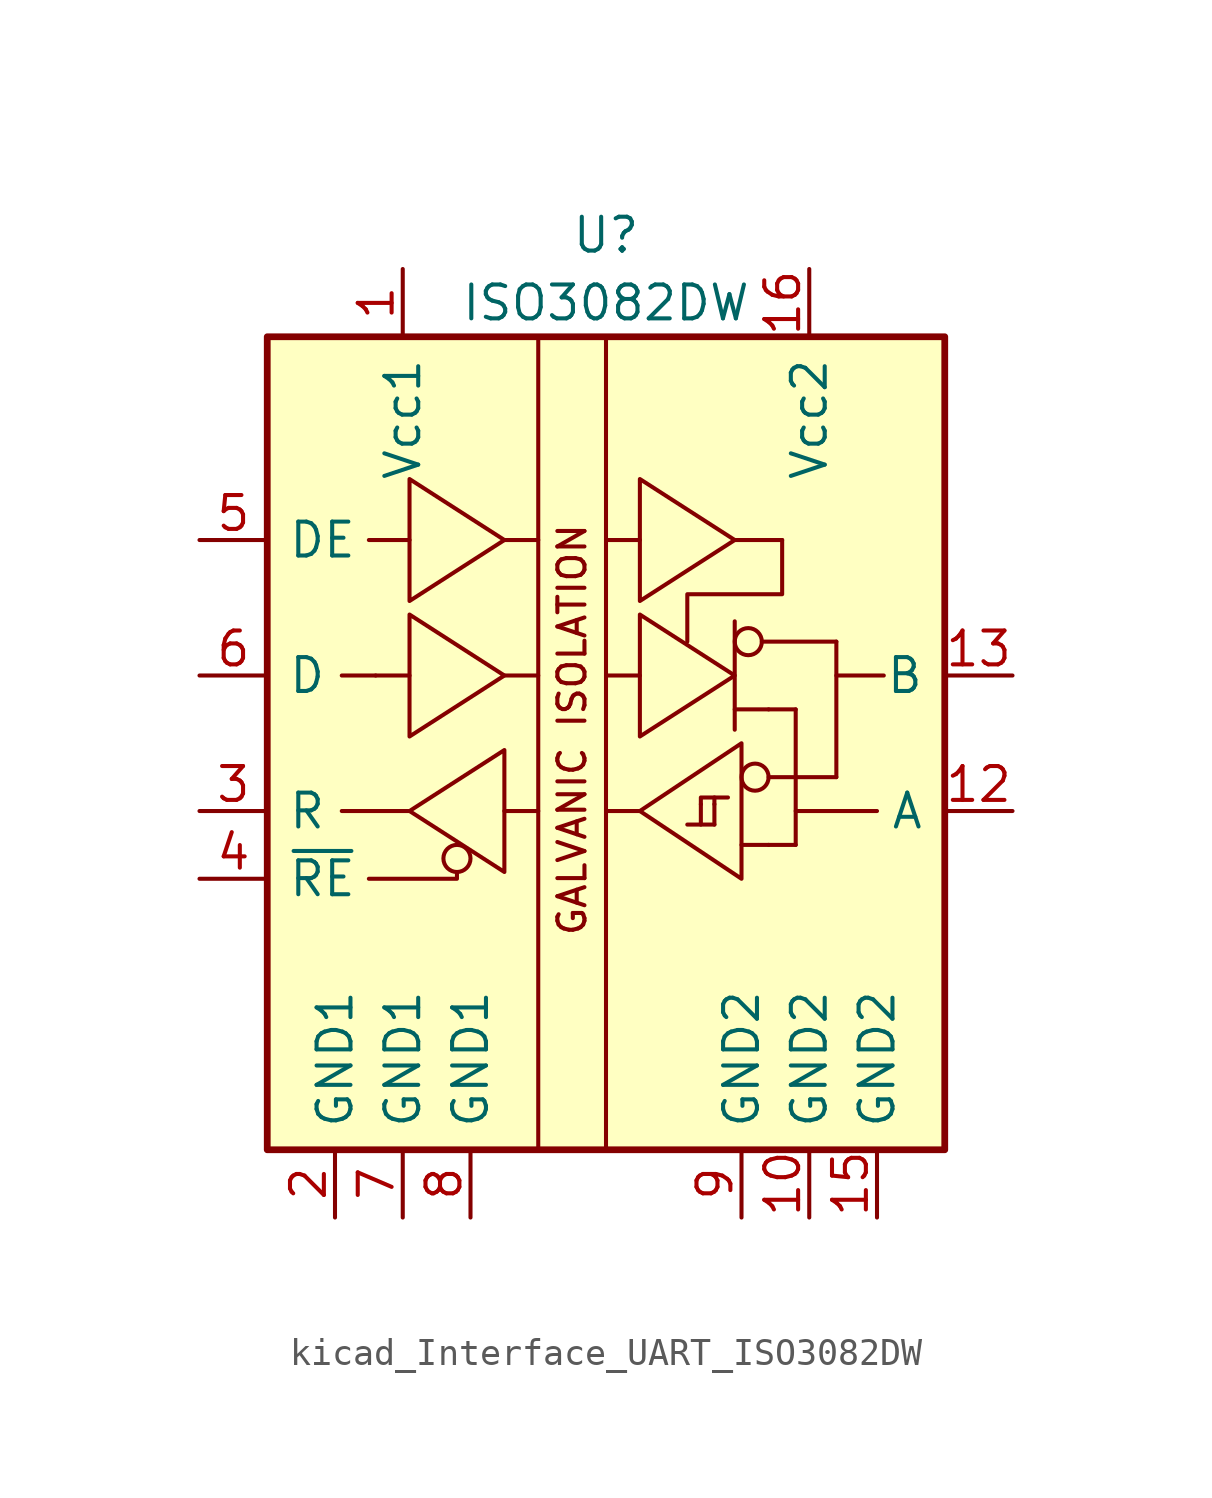
<source format=kicad_sym>
(kicad_symbol_lib
  (version 20220914)
  (generator kicad_symbol_editor)
  (symbol "kicad_Interface_UART_ISO3082DW"
    (pin_names
      (offset 0.762))
    (property "Reference" "U"
      (at 0 19.05 0)
      (effects (font (size 1.27 1.27))))
    (property "Value" "ISO3082DW"
      (at 0 16.51 0)
      (effects (font (size 1.27 1.27))))
    (symbol "kicad_Interface_UART_ISO3082DW_0_0"
      (rectangle (start -12.7 15.24) (end 12.7 -15.24) (stroke (width 0.254) (type default)) (fill (type background)))
      (polyline (pts (xy -8.636 2.54) (xy -9.906 2.54)) (stroke (width 0) (type default)) (fill (type none)))
      (polyline (pts (xy -7.62 7.62) (xy -8.89 7.62)) (stroke (width 0) (type default)) (fill (type none)))
      (polyline (pts (xy -7.366 7.62) (xy -7.62 7.62)) (stroke (width 0) (type default)) (fill (type none)))
      (polyline (pts (xy -2.54 15.24) (xy -2.54 -15.24)) (stroke (width 0) (type default)) (fill (type none)))
      (polyline (pts (xy 0 15.24) (xy 0 -15.24)) (stroke (width 0) (type default)) (fill (type none)))
      (polyline (pts (xy -7.366 4.826) (xy -7.366 0.254) (xy -3.81 2.54) (xy -7.366 4.826)) (stroke (width 0) (type default)) (fill (type none)))
      (polyline (pts (xy -7.366 9.906) (xy -7.366 5.334) (xy -3.81 7.62) (xy -7.366 9.906)) (stroke (width 0) (type default)) (fill (type none)))
      (polyline (pts (xy -3.81 -0.254) (xy -3.81 -4.826) (xy -7.366 -2.54) (xy -3.81 -0.254)) (stroke (width 0) (type default)) (fill (type none)))
      (polyline (pts (xy 1.27 9.906) (xy 1.27 5.334) (xy 4.826 7.62) (xy 1.27 9.906)) (stroke (width 0) (type default)) (fill (type none)))
      (text "GALVANIC ISOLATION" (at -1.27 0.508 900) (effects (font (size 1.016 1.016)))))
    (symbol "kicad_Interface_UART_ISO3082DW_0_1"
      (circle (center -5.588 -4.318) (radius 0.508) (stroke (width 0) (type default)) (fill (type none)))
      (polyline (pts (xy -7.366 -2.54) (xy -9.906 -2.54)) (stroke (width 0) (type default)) (fill (type none)))
      (polyline (pts (xy -7.366 2.54) (xy -8.636 2.54)) (stroke (width 0) (type default)) (fill (type none)))
      (polyline (pts (xy -3.81 -2.54) (xy -2.54 -2.54)) (stroke (width 0) (type default)) (fill (type none)))
      (polyline (pts (xy -3.81 2.54) (xy -2.54 2.54)) (stroke (width 0) (type default)) (fill (type none)))
      (polyline (pts (xy -3.81 7.62) (xy -2.54 7.62)) (stroke (width 0) (type default)) (fill (type none)))
      (polyline (pts (xy 0 -2.54) (xy 1.27 -2.54)) (stroke (width 0) (type default)) (fill (type none)))
      (polyline (pts (xy 0 2.54) (xy 1.27 2.54)) (stroke (width 0) (type default)) (fill (type none)))
      (polyline (pts (xy 0 7.62) (xy 1.27 7.62)) (stroke (width 0) (type default)) (fill (type none)))
      (polyline (pts (xy 3.556 -2.286) (xy 3.556 -3.048)) (stroke (width 0) (type default)) (fill (type none)))
      (polyline (pts (xy 4.064 -3.048) (xy 3.048 -3.048)) (stroke (width 0) (type default)) (fill (type none)))
      (polyline (pts (xy 4.064 -2.286) (xy 4.064 -3.048)) (stroke (width 0) (type default)) (fill (type none)))
      (polyline (pts (xy 4.064 -2.286) (xy 4.064 -2.032)) (stroke (width 0) (type default)) (fill (type none)))
      (polyline (pts (xy 4.826 1.27) (xy 6.096 1.27)) (stroke (width 0) (type default)) (fill (type none)))
      (polyline (pts (xy 4.826 4.572) (xy 4.826 0.508)) (stroke (width 0) (type default)) (fill (type none)))
      (polyline (pts (xy 4.826 7.62) (xy 6.604 7.62)) (stroke (width 0) (type default)) (fill (type none)))
      (polyline (pts (xy 5.08 -3.81) (xy 6.096 -3.81)) (stroke (width 0) (type default)) (fill (type none)))
      (polyline (pts (xy 5.842 3.81) (xy 8.636 3.81)) (stroke (width 0) (type default)) (fill (type none)))
      (polyline (pts (xy 6.096 -1.27) (xy 8.636 -1.27)) (stroke (width 0) (type default)) (fill (type none)))
      (polyline (pts (xy 6.096 1.27) (xy 7.112 1.27)) (stroke (width 0) (type default)) (fill (type none)))
      (polyline (pts (xy 7.112 -3.81) (xy 6.096 -3.81)) (stroke (width 0) (type default)) (fill (type none)))
      (polyline (pts (xy 7.112 1.27) (xy 7.112 -3.81)) (stroke (width 0) (type default)) (fill (type none)))
      (polyline (pts (xy 8.636 -1.27) (xy 8.636 3.81)) (stroke (width 0) (type default)) (fill (type none)))
      (polyline (pts (xy 8.636 2.54) (xy 10.414 2.54)) (stroke (width 0) (type default)) (fill (type none)))
      (polyline (pts (xy -8.89 -5.08) (xy -5.588 -5.08) (xy -5.588 -4.826)) (stroke (width 0) (type default)) (fill (type none)))
      (polyline (pts (xy 3.556 -2.286) (xy 3.556 -2.032) (xy 4.572 -2.032)) (stroke (width 0) (type default)) (fill (type none)))
      (polyline (pts (xy 10.16 -2.54) (xy 8.89 -2.54) (xy 7.112 -2.54)) (stroke (width 0) (type default)) (fill (type none)))
      (polyline (pts (xy 1.27 -2.54) (xy 5.08 0) (xy 5.08 -5.08) (xy 1.27 -2.54)) (stroke (width 0) (type default)) (fill (type none)))
      (polyline (pts (xy 6.604 7.62) (xy 6.604 5.588) (xy 3.048 5.588) (xy 3.048 3.81)) (stroke (width 0) (type default)) (fill (type none)))
      (circle (center 5.334 3.81) (radius 0.508) (stroke (width 0) (type default)) (fill (type none)))
      (circle (center 5.588 -1.27) (radius 0.508) (stroke (width 0) (type default)) (fill (type none))))
    (symbol "kicad_Interface_UART_ISO3082DW_1_0"
      (polyline (pts (xy 1.27 4.826) (xy 1.27 0.254) (xy 4.826 2.54) (xy 1.27 4.826)) (stroke (width 0) (type default)) (fill (type none))))
    (symbol "kicad_Interface_UART_ISO3082DW_1_1"
      (pin power_in line (at -7.62 17.78 270) (length 2.54) (name "Vcc1" (effects (font (size 1.27 1.27)))) (number "1" (effects (font (size 1.27 1.27)))))
      (pin power_in line (at 7.62 -17.78 90) (length 2.54) (name "GND2" (effects (font (size 1.27 1.27)))) (number "10" (effects (font (size 1.27 1.27)))))
      (pin no_connect line (at 12.7 10.16 180) (length 2.54) hide (name "NC" (effects (font (size 1.27 1.27)))) (number "11" (effects (font (size 1.27 1.27)))))
      (pin bidirectional line (at 15.24 -2.54 180) (length 2.54) (name "A" (effects (font (size 1.27 1.27)))) (number "12" (effects (font (size 1.27 1.27)))))
      (pin bidirectional line (at 15.24 2.54 180) (length 2.54) (name "B" (effects (font (size 1.27 1.27)))) (number "13" (effects (font (size 1.27 1.27)))))
      (pin no_connect line (at 12.7 7.62 180) (length 2.54) hide (name "NC" (effects (font (size 1.27 1.27)))) (number "14" (effects (font (size 1.27 1.27)))))
      (pin power_in line (at 10.16 -17.78 90) (length 2.54) (name "GND2" (effects (font (size 1.27 1.27)))) (number "15" (effects (font (size 1.27 1.27)))))
      (pin power_in line (at 7.62 17.78 270) (length 2.54) (name "Vcc2" (effects (font (size 1.27 1.27)))) (number "16" (effects (font (size 1.27 1.27)))))
      (pin power_in line (at -10.16 -17.78 90) (length 2.54) (name "GND1" (effects (font (size 1.27 1.27)))) (number "2" (effects (font (size 1.27 1.27)))))
      (pin output line (at -15.24 -2.54 0) (length 2.54) (name "R" (effects (font (size 1.27 1.27)))) (number "3" (effects (font (size 1.27 1.27)))))
      (pin input line (at -15.24 -5.08 0) (length 2.54) (name "~{RE}" (effects (font (size 1.27 1.27)))) (number "4" (effects (font (size 1.27 1.27)))))
      (pin input line (at -15.24 7.62 0) (length 2.54) (name "DE" (effects (font (size 1.27 1.27)))) (number "5" (effects (font (size 1.27 1.27)))))
      (pin input line (at -15.24 2.54 0) (length 2.54) (name "D" (effects (font (size 1.27 1.27)))) (number "6" (effects (font (size 1.27 1.27)))))
      (pin power_in line (at -7.62 -17.78 90) (length 2.54) (name "GND1" (effects (font (size 1.27 1.27)))) (number "7" (effects (font (size 1.27 1.27)))))
      (pin power_in line (at -5.08 -17.78 90) (length 2.54) (name "GND1" (effects (font (size 1.27 1.27)))) (number "8" (effects (font (size 1.27 1.27)))))
      (pin power_in line (at 5.08 -17.78 90) (length 2.54) (name "GND2" (effects (font (size 1.27 1.27)))) (number "9" (effects (font (size 1.27 1.27))))))))
</source>
